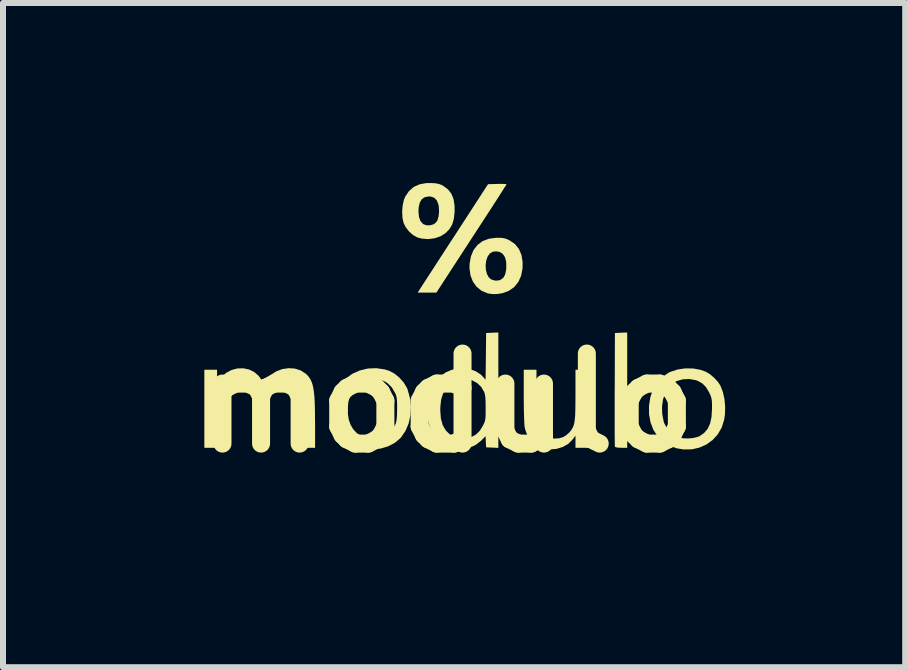
<source format=kicad_pcb>
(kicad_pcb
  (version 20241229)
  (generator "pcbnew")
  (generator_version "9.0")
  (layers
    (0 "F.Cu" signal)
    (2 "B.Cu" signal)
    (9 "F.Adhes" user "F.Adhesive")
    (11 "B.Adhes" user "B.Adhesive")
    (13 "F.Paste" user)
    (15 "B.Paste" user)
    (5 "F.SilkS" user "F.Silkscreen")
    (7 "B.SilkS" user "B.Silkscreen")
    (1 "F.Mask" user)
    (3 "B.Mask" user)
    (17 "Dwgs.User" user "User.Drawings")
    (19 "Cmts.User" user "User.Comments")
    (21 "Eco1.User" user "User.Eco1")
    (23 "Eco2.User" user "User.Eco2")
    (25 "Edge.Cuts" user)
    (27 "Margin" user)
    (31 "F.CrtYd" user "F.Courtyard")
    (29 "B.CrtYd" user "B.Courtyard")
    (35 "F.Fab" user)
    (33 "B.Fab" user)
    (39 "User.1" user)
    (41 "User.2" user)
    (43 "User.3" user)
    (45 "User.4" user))
  (footprint "modulo"
    (layer "F.Cu")
    (at 4.407 3.663)
    (property "Reference" "modulo" (at 0 0 0) (layer "F.SilkS") (effects (font (size 1.5 1.5) (thickness 0.3))))
    (attr board_only exclude_from_pos_files exclude_from_bom)
    (fp_poly (pts (xy 2.994 -0.212) (xy 2.994 0.748) (xy 2.895 0.748) (xy 2.831 0.745) (xy 2.796 0.736) (xy 2.789 0.729) (xy 2.788 0.711) (xy 2.787 0.666) (xy 2.786 0.595) (xy 2.785 0.502) (xy 2.785 0.389) (xy 2.785 0.26) (xy 2.785 0.116) (xy 2.785 -0.04) (xy 2.785 -0.205) (xy 2.786 -0.227) (xy 2.789 -1.164) (xy 2.892 -1.169) (xy 2.994 -1.173)) (stroke (width 0) (type solid)) (fill yes) (layer "F.SilkS"))
    (fp_poly (pts (xy 0.944 -3.648) (xy 0.976 -3.645) (xy 0.983 -3.642) (xy 0.975 -3.628) (xy 0.951 -3.591) (xy 0.914 -3.532) (xy 0.865 -3.455) (xy 0.804 -3.36) (xy 0.733 -3.25) (xy 0.653 -3.127) (xy 0.566 -2.993) (xy 0.473 -2.85) (xy 0.398 -2.735) (xy -0.186 -1.837) (xy -0.342 -1.837) (xy -0.498 -1.837) (xy -0.393 -1.999) (xy -0.365 -2.043) (xy -0.323 -2.108) (xy -0.267 -2.193) (xy -0.201 -2.295) (xy -0.127 -2.41) (xy -0.045 -2.536) (xy 0.042 -2.67) (xy 0.133 -2.809) (xy 0.194 -2.903) (xy 0.675 -3.644) (xy 0.829 -3.648) (xy 0.893 -3.649)) (stroke (width 0) (type solid)) (fill yes) (layer "F.SilkS"))
    (fp_poly (pts (xy -0.194 -3.658) (xy -0.141 -3.647) (xy -0.096 -3.63) (xy -0.07 -3.615) (xy 0.008 -3.557) (xy 0.064 -3.485) (xy 0.1 -3.397) (xy 0.117 -3.289) (xy 0.118 -3.179) (xy 0.105 -3.065) (xy 0.077 -2.971) (xy 0.03 -2.893) (xy -0.033 -2.829) (xy -0.115 -2.777) (xy -0.214 -2.743) (xy -0.321 -2.729) (xy -0.428 -2.737) (xy -0.498 -2.755) (xy -0.571 -2.794) (xy -0.64 -2.854) (xy -0.697 -2.927) (xy -0.733 -3) (xy -0.751 -3.086) (xy -0.756 -3.185) (xy -0.756 -3.19) (xy -0.484 -3.19) (xy -0.476 -3.1) (xy -0.453 -3.032) (xy -0.412 -2.985) (xy -0.405 -2.979) (xy -0.354 -2.96) (xy -0.292 -2.958) (xy -0.232 -2.976) (xy -0.229 -2.977) (xy -0.193 -3.006) (xy -0.17 -3.037) (xy -0.149 -3.108) (xy -0.141 -3.192) (xy -0.146 -3.276) (xy -0.151 -3.302) (xy -0.178 -3.372) (xy -0.219 -3.417) (xy -0.277 -3.437) (xy -0.309 -3.44) (xy -0.378 -3.428) (xy -0.429 -3.394) (xy -0.463 -3.336) (xy -0.481 -3.253) (xy -0.484 -3.19) (xy -0.756 -3.19) (xy -0.748 -3.287) (xy -0.728 -3.379) (xy -0.706 -3.434) (xy -0.643 -3.528) (xy -0.563 -3.598) (xy -0.465 -3.642) (xy -0.35 -3.663) (xy -0.265 -3.663)) (stroke (width 0) (type solid)) (fill yes) (layer "F.SilkS"))
    (fp_poly (pts (xy 0.892 -2.75) (xy 0.941 -2.744) (xy 0.986 -2.73) (xy 1.037 -2.706) (xy 1.037 -2.706) (xy 1.124 -2.646) (xy 1.189 -2.565) (xy 1.232 -2.466) (xy 1.251 -2.349) (xy 1.25 -2.242) (xy 1.227 -2.12) (xy 1.18 -2.015) (xy 1.112 -1.931) (xy 1.024 -1.868) (xy 0.917 -1.828) (xy 0.827 -1.814) (xy 0.756 -1.813) (xy 0.687 -1.821) (xy 0.663 -1.827) (xy 0.565 -1.869) (xy 0.484 -1.935) (xy 0.423 -2.02) (xy 0.383 -2.122) (xy 0.366 -2.239) (xy 0.367 -2.295) (xy 0.635 -2.295) (xy 0.639 -2.219) (xy 0.656 -2.15) (xy 0.686 -2.093) (xy 0.727 -2.057) (xy 0.732 -2.055) (xy 0.8 -2.036) (xy 0.861 -2.042) (xy 0.884 -2.051) (xy 0.929 -2.084) (xy 0.959 -2.136) (xy 0.976 -2.212) (xy 0.979 -2.246) (xy 0.978 -2.347) (xy 0.958 -2.426) (xy 0.92 -2.483) (xy 0.866 -2.516) (xy 0.809 -2.525) (xy 0.753 -2.518) (xy 0.711 -2.494) (xy 0.704 -2.488) (xy 0.667 -2.436) (xy 0.644 -2.37) (xy 0.635 -2.295) (xy 0.367 -2.295) (xy 0.367 -2.315) (xy 0.389 -2.44) (xy 0.433 -2.546) (xy 0.499 -2.631) (xy 0.584 -2.695) (xy 0.689 -2.735) (xy 0.811 -2.751) (xy 0.825 -2.751)) (stroke (width 0) (type solid)) (fill yes) (layer "F.SilkS"))
    (fp_poly (pts (xy 1.482 -0.124) (xy 1.482 0.02) (xy 1.484 0.137) (xy 1.487 0.231) (xy 1.493 0.305) (xy 1.501 0.363) (xy 1.512 0.409) (xy 1.526 0.446) (xy 1.545 0.478) (xy 1.56 0.499) (xy 1.617 0.548) (xy 1.691 0.581) (xy 1.776 0.595) (xy 1.862 0.59) (xy 1.929 0.569) (xy 1.977 0.539) (xy 2.025 0.497) (xy 2.039 0.482) (xy 2.064 0.449) (xy 2.085 0.415) (xy 2.101 0.377) (xy 2.113 0.331) (xy 2.121 0.273) (xy 2.127 0.2) (xy 2.13 0.107) (xy 2.131 -0.008) (xy 2.132 -0.139) (xy 2.132 -0.552) (xy 2.238 -0.552) (xy 2.343 -0.552) (xy 2.343 0.098) (xy 2.343 0.748) (xy 2.238 0.748) (xy 2.132 0.748) (xy 2.132 0.648) (xy 2.132 0.547) (xy 2.079 0.616) (xy 2.009 0.685) (xy 1.919 0.735) (xy 1.817 0.766) (xy 1.708 0.776) (xy 1.599 0.762) (xy 1.583 0.758) (xy 1.482 0.715) (xy 1.4 0.649) (xy 1.338 0.56) (xy 1.296 0.45) (xy 1.285 0.402) (xy 1.281 0.366) (xy 1.278 0.304) (xy 1.275 0.222) (xy 1.272 0.123) (xy 1.271 0.014) (xy 1.27 -0.102) (xy 1.27 -0.115) (xy 1.27 -0.552) (xy 1.376 -0.552) (xy 1.482 -0.552)) (stroke (width 0) (type solid)) (fill yes) (layer "F.SilkS"))
    (fp_poly (pts (xy 4.093 -0.573) (xy 4.219 -0.55) (xy 4.306 -0.518) (xy 4.375 -0.476) (xy 4.445 -0.416) (xy 4.507 -0.348) (xy 4.548 -0.285) (xy 4.588 -0.182) (xy 4.615 -0.06) (xy 4.626 0.069) (xy 4.622 0.197) (xy 4.609 0.283) (xy 4.568 0.412) (xy 4.503 0.524) (xy 4.417 0.619) (xy 4.314 0.693) (xy 4.198 0.745) (xy 4.07 0.774) (xy 3.935 0.776) (xy 3.818 0.757) (xy 3.694 0.712) (xy 3.587 0.644) (xy 3.499 0.556) (xy 3.43 0.449) (xy 3.383 0.327) (xy 3.358 0.193) (xy 3.357 0.062) (xy 3.574 0.062) (xy 3.577 0.182) (xy 3.6 0.303) (xy 3.608 0.332) (xy 3.645 0.404) (xy 3.701 0.474) (xy 3.77 0.533) (xy 3.841 0.572) (xy 3.841 0.572) (xy 3.915 0.589) (xy 4.002 0.593) (xy 4.09 0.586) (xy 4.168 0.567) (xy 4.198 0.555) (xy 4.275 0.502) (xy 4.334 0.433) (xy 4.375 0.345) (xy 4.399 0.234) (xy 4.407 0.1) (xy 4.407 0.09) (xy 4.407 0.015) (xy 4.404 -0.038) (xy 4.397 -0.079) (xy 4.385 -0.117) (xy 4.366 -0.16) (xy 4.357 -0.178) (xy 4.306 -0.263) (xy 4.246 -0.324) (xy 4.172 -0.366) (xy 4.133 -0.379) (xy 4.025 -0.398) (xy 3.917 -0.392) (xy 3.816 -0.362) (xy 3.741 -0.318) (xy 3.675 -0.249) (xy 3.624 -0.16) (xy 3.59 -0.054) (xy 3.574 0.062) (xy 3.357 0.062) (xy 3.357 0.049) (xy 3.38 -0.097) (xy 3.424 -0.225) (xy 3.491 -0.337) (xy 3.579 -0.431) (xy 3.684 -0.503) (xy 3.709 -0.515) (xy 3.829 -0.555) (xy 3.96 -0.575)) (stroke (width 0) (type solid)) (fill yes) (layer "F.SilkS"))
    (fp_poly (pts (xy 0.847 -0.212) (xy 0.847 0.75) (xy 0.745 0.745) (xy 0.643 0.741) (xy 0.638 0.648) (xy 0.634 0.555) (xy 0.555 0.634) (xy 0.465 0.703) (xy 0.359 0.75) (xy 0.244 0.773) (xy 0.124 0.771) (xy 0.047 0.756) (xy -0.051 0.719) (xy -0.129 0.669) (xy -0.183 0.616) (xy -0.249 0.519) (xy -0.297 0.404) (xy -0.327 0.275) (xy -0.339 0.14) (xy -0.338 0.127) (xy -0.121 0.127) (xy -0.111 0.259) (xy -0.08 0.371) (xy -0.028 0.461) (xy 0.043 0.53) (xy 0.095 0.56) (xy 0.186 0.589) (xy 0.281 0.596) (xy 0.369 0.581) (xy 0.389 0.574) (xy 0.473 0.528) (xy 0.538 0.464) (xy 0.588 0.383) (xy 0.607 0.345) (xy 0.62 0.312) (xy 0.628 0.278) (xy 0.633 0.236) (xy 0.635 0.179) (xy 0.635 0.1) (xy 0.635 0.083) (xy 0.634 -0.018) (xy 0.63 -0.092) (xy 0.622 -0.145) (xy 0.612 -0.179) (xy 0.562 -0.265) (xy 0.494 -0.33) (xy 0.414 -0.374) (xy 0.325 -0.396) (xy 0.234 -0.397) (xy 0.145 -0.376) (xy 0.062 -0.332) (xy -0.009 -0.266) (xy -0.041 -0.221) (xy -0.081 -0.139) (xy -0.107 -0.05) (xy -0.119 0.055) (xy -0.121 0.127) (xy -0.338 0.127) (xy -0.332 0.004) (xy -0.307 -0.127) (xy -0.263 -0.247) (xy -0.202 -0.35) (xy -0.121 -0.441) (xy -0.034 -0.506) (xy 0.065 -0.549) (xy 0.146 -0.569) (xy 0.26 -0.577) (xy 0.37 -0.563) (xy 0.47 -0.527) (xy 0.555 -0.471) (xy 0.582 -0.444) (xy 0.634 -0.386) (xy 0.639 -0.775) (xy 0.643 -1.164) (xy 0.745 -1.169) (xy 0.847 -1.173)) (stroke (width 0) (type solid)) (fill yes) (layer "F.SilkS"))
    (fp_poly (pts (xy -1.048 -0.558) (xy -0.973 -0.535) (xy -0.886 -0.489) (xy -0.803 -0.421) (xy -0.73 -0.34) (xy -0.678 -0.253) (xy -0.667 -0.228) (xy -0.627 -0.084) (xy -0.61 0.062) (xy -0.618 0.205) (xy -0.648 0.342) (xy -0.7 0.466) (xy -0.774 0.574) (xy -0.787 0.589) (xy -0.877 0.665) (xy -0.987 0.723) (xy -1.11 0.76) (xy -1.241 0.776) (xy -1.375 0.767) (xy -1.403 0.762) (xy -1.527 0.723) (xy -1.636 0.659) (xy -1.728 0.573) (xy -1.8 0.466) (xy -1.851 0.342) (xy -1.875 0.234) (xy -1.883 0.102) (xy -1.881 0.072) (xy -1.66 0.072) (xy -1.66 0.185) (xy -1.646 0.279) (xy -1.617 0.361) (xy -1.577 0.432) (xy -1.512 0.504) (xy -1.429 0.556) (xy -1.331 0.587) (xy -1.224 0.596) (xy -1.114 0.58) (xy -1.093 0.575) (xy -1.024 0.544) (xy -0.963 0.494) (xy -0.955 0.485) (xy -0.912 0.434) (xy -0.881 0.388) (xy -0.86 0.338) (xy -0.848 0.279) (xy -0.842 0.203) (xy -0.84 0.106) (xy -0.84 0.022) (xy -0.842 -0.039) (xy -0.847 -0.084) (xy -0.855 -0.12) (xy -0.868 -0.154) (xy -0.874 -0.166) (xy -0.928 -0.258) (xy -0.998 -0.327) (xy -1.051 -0.36) (xy -1.115 -0.383) (xy -1.196 -0.394) (xy -1.282 -0.394) (xy -1.363 -0.383) (xy -1.428 -0.361) (xy -1.429 -0.36) (xy -1.516 -0.3) (xy -1.582 -0.224) (xy -1.627 -0.129) (xy -1.653 -0.012) (xy -1.66 0.072) (xy -1.881 0.072) (xy -1.872 -0.03) (xy -1.842 -0.155) (xy -1.796 -0.268) (xy -1.735 -0.363) (xy -1.693 -0.407) (xy -1.584 -0.486) (xy -1.459 -0.541) (xy -1.325 -0.573) (xy -1.186 -0.578)) (stroke (width 0) (type solid)) (fill yes) (layer "F.SilkS"))
    (fp_poly (pts (xy -2.547 -0.572) (xy -2.45 -0.542) (xy -2.366 -0.489) (xy -2.348 -0.473) (xy -2.313 -0.435) (xy -2.284 -0.391) (xy -2.26 -0.339) (xy -2.242 -0.276) (xy -2.228 -0.198) (xy -2.218 -0.103) (xy -2.212 0.013) (xy -2.209 0.153) (xy -2.208 0.319) (xy -2.207 0.329) (xy -2.207 0.748) (xy -2.313 0.748) (xy -2.419 0.748) (xy -2.419 0.359) (xy -2.42 0.198) (xy -2.423 0.065) (xy -2.428 -0.045) (xy -2.437 -0.132) (xy -2.449 -0.202) (xy -2.465 -0.256) (xy -2.487 -0.297) (xy -2.514 -0.329) (xy -2.547 -0.354) (xy -2.571 -0.367) (xy -2.657 -0.395) (xy -2.743 -0.395) (xy -2.826 -0.368) (xy -2.899 -0.315) (xy -2.944 -0.26) (xy -2.975 -0.208) (xy -2.999 -0.156) (xy -3.008 -0.131) (xy -3.013 -0.101) (xy -3.016 -0.044) (xy -3.019 0.035) (xy -3.022 0.131) (xy -3.023 0.24) (xy -3.024 0.336) (xy -3.024 0.748) (xy -3.129 0.748) (xy -3.234 0.748) (xy -3.239 0.283) (xy -3.24 0.148) (xy -3.242 0.04) (xy -3.245 -0.045) (xy -3.248 -0.11) (xy -3.252 -0.158) (xy -3.256 -0.193) (xy -3.263 -0.219) (xy -3.269 -0.235) (xy -3.32 -0.314) (xy -3.387 -0.367) (xy -3.469 -0.395) (xy -3.556 -0.397) (xy -3.622 -0.383) (xy -3.678 -0.353) (xy -3.732 -0.301) (xy -3.759 -0.268) (xy -3.782 -0.235) (xy -3.8 -0.201) (xy -3.814 -0.16) (xy -3.824 -0.109) (xy -3.831 -0.044) (xy -3.836 0.037) (xy -3.839 0.14) (xy -3.84 0.267) (xy -3.84 0.348) (xy -3.84 0.748) (xy -3.946 0.748) (xy -4.052 0.748) (xy -4.052 0.098) (xy -4.052 -0.552) (xy -3.946 -0.552) (xy -3.84 -0.552) (xy -3.84 -0.452) (xy -3.84 -0.352) (xy -3.773 -0.427) (xy -3.69 -0.499) (xy -3.598 -0.548) (xy -3.5 -0.574) (xy -3.401 -0.576) (xy -3.306 -0.556) (xy -3.219 -0.513) (xy -3.145 -0.448) (xy -3.107 -0.394) (xy -3.067 -0.326) (xy -3.018 -0.39) (xy -2.943 -0.468) (xy -2.852 -0.526) (xy -2.753 -0.563) (xy -2.649 -0.578)) (stroke (width 0) (type solid)) (fill yes) (layer "F.SilkS")))
  (gr_rect
    (start -3 -3)
    (end 12.033 8.067)
    (stroke (width 0.1) (type default))
    (fill no)
    (layer "Edge.Cuts")))
</source>
